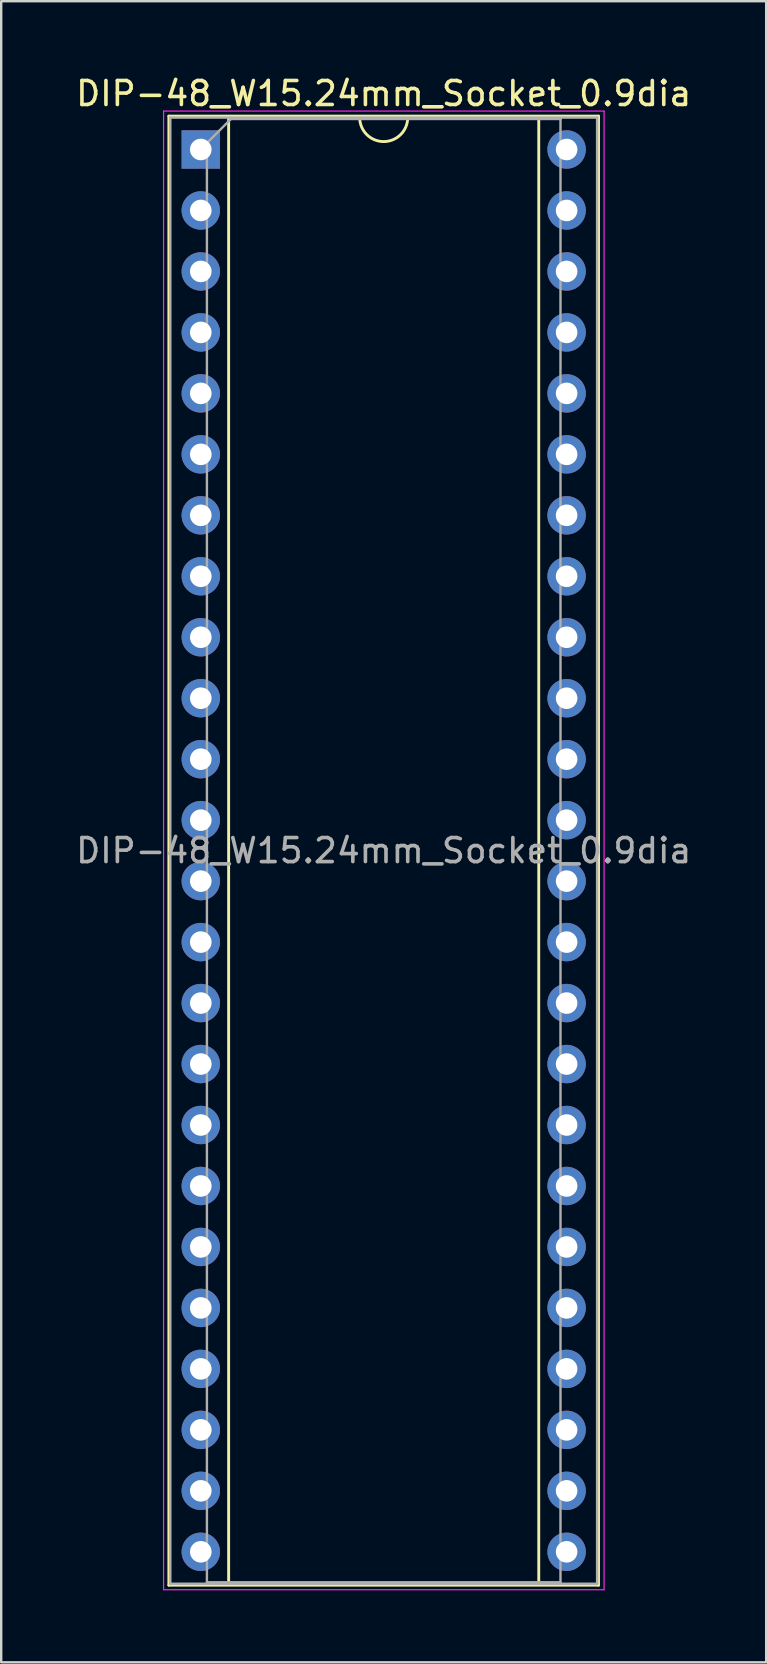
<source format=kicad_pcb>
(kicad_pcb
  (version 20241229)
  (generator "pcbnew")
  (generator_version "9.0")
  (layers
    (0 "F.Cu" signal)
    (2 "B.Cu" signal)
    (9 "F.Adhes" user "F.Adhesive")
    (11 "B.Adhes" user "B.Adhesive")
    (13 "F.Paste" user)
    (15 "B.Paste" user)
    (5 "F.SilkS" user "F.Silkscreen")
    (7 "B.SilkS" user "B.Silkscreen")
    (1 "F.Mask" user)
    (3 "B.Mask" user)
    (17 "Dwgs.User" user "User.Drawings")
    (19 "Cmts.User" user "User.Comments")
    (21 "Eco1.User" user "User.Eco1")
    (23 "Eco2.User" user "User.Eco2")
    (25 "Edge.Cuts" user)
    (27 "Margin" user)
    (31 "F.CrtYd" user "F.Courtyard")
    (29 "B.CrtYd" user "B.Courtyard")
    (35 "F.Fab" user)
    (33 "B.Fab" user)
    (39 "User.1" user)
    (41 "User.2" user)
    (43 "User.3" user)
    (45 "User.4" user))
  (footprint "DIP-48_W15.24mm_Socket_0.9dia"
    (layer "F.Cu")
    (at 5.315 3.178)
    (property "Reference" "DIP-48_W15.24mm_Socket_0.9dia" (at 7.62 -2.33 0) (layer "F.SilkS") (effects (font (size 1 1) (thickness 0.15))))
    (attr through_hole)
    (fp_line (start -1.33 -1.39) (end -1.33 59.81) (stroke (width 0.12) (type solid)) (layer "F.SilkS"))
    (fp_line (start -1.33 59.81) (end 16.57 59.81) (stroke (width 0.12) (type solid)) (layer "F.SilkS"))
    (fp_line (start 1.16 -1.33) (end 1.16 59.75) (stroke (width 0.12) (type solid)) (layer "F.SilkS"))
    (fp_line (start 1.16 59.75) (end 14.08 59.75) (stroke (width 0.12) (type solid)) (layer "F.SilkS"))
    (fp_line (start 6.62 -1.33) (end 1.16 -1.33) (stroke (width 0.12) (type solid)) (layer "F.SilkS"))
    (fp_line (start 14.08 -1.33) (end 8.62 -1.33) (stroke (width 0.12) (type solid)) (layer "F.SilkS"))
    (fp_line (start 14.08 59.75) (end 14.08 -1.33) (stroke (width 0.12) (type solid)) (layer "F.SilkS"))
    (fp_line (start 16.57 -1.39) (end -1.33 -1.39) (stroke (width 0.12) (type solid)) (layer "F.SilkS"))
    (fp_line (start 16.57 59.81) (end 16.57 -1.39) (stroke (width 0.12) (type solid)) (layer "F.SilkS"))
    (fp_arc (start 8.62 -1.33) (mid 7.62 -0.33) (end 6.62 -1.33) (stroke (width 0.12) (type solid)) (layer "F.SilkS"))
    (fp_line (start -1.55 -1.6) (end -1.55 60) (stroke (width 0.05) (type solid)) (layer "F.CrtYd"))
    (fp_line (start -1.55 60) (end 16.8 60) (stroke (width 0.05) (type solid)) (layer "F.CrtYd"))
    (fp_line (start 16.8 -1.6) (end -1.55 -1.6) (stroke (width 0.05) (type solid)) (layer "F.CrtYd"))
    (fp_line (start 16.8 60) (end 16.8 -1.6) (stroke (width 0.05) (type solid)) (layer "F.CrtYd"))
    (fp_line (start -1.27 -1.33) (end -1.27 59.75) (stroke (width 0.1) (type solid)) (layer "F.Fab"))
    (fp_line (start -1.27 59.75) (end 16.51 59.75) (stroke (width 0.1) (type solid)) (layer "F.Fab"))
    (fp_line (start 0.255 -0.27) (end 1.255 -1.27) (stroke (width 0.1) (type solid)) (layer "F.Fab"))
    (fp_line (start 0.255 59.69) (end 0.255 -0.27) (stroke (width 0.1) (type solid)) (layer "F.Fab"))
    (fp_line (start 1.255 -1.27) (end 14.985 -1.27) (stroke (width 0.1) (type solid)) (layer "F.Fab"))
    (fp_line (start 14.985 -1.27) (end 14.985 59.69) (stroke (width 0.1) (type solid)) (layer "F.Fab"))
    (fp_line (start 14.985 59.69) (end 0.255 59.69) (stroke (width 0.1) (type solid)) (layer "F.Fab"))
    (fp_line (start 16.51 -1.33) (end -1.27 -1.33) (stroke (width 0.1) (type solid)) (layer "F.Fab"))
    (fp_line (start 16.51 59.75) (end 16.51 -1.33) (stroke (width 0.1) (type solid)) (layer "F.Fab"))
    (fp_text user "${REFERENCE}" (at 7.62 29.21 0) (layer "F.Fab") (effects (font (size 1 1) (thickness 0.15))))
    (pad "1" thru_hole rect (at 0 0) (size 1.6 1.6) (drill 0.9) (layers "*.Cu" "*.Mask"))
    (pad "2" thru_hole oval (at 0 2.54) (size 1.6 1.6) (drill 0.9) (layers "*.Cu" "*.Mask"))
    (pad "3" thru_hole oval (at 0 5.08) (size 1.6 1.6) (drill 0.9) (layers "*.Cu" "*.Mask"))
    (pad "4" thru_hole oval (at 0 7.62) (size 1.6 1.6) (drill 0.9) (layers "*.Cu" "*.Mask"))
    (pad "5" thru_hole oval (at 0 10.16) (size 1.6 1.6) (drill 0.9) (layers "*.Cu" "*.Mask"))
    (pad "6" thru_hole oval (at 0 12.7) (size 1.6 1.6) (drill 0.9) (layers "*.Cu" "*.Mask"))
    (pad "7" thru_hole oval (at 0 15.24) (size 1.6 1.6) (drill 0.9) (layers "*.Cu" "*.Mask"))
    (pad "8" thru_hole oval (at 0 17.78) (size 1.6 1.6) (drill 0.9) (layers "*.Cu" "*.Mask"))
    (pad "9" thru_hole oval (at 0 20.32) (size 1.6 1.6) (drill 0.9) (layers "*.Cu" "*.Mask"))
    (pad "10" thru_hole oval (at 0 22.86) (size 1.6 1.6) (drill 0.9) (layers "*.Cu" "*.Mask"))
    (pad "11" thru_hole oval (at 0 25.4) (size 1.6 1.6) (drill 0.9) (layers "*.Cu" "*.Mask"))
    (pad "12" thru_hole oval (at 0 27.94) (size 1.6 1.6) (drill 0.9) (layers "*.Cu" "*.Mask"))
    (pad "13" thru_hole oval (at 0 30.48) (size 1.6 1.6) (drill 0.9) (layers "*.Cu" "*.Mask"))
    (pad "14" thru_hole oval (at 0 33.02) (size 1.6 1.6) (drill 0.9) (layers "*.Cu" "*.Mask"))
    (pad "15" thru_hole oval (at 0 35.56) (size 1.6 1.6) (drill 0.9) (layers "*.Cu" "*.Mask"))
    (pad "16" thru_hole oval (at 0 38.1) (size 1.6 1.6) (drill 0.9) (layers "*.Cu" "*.Mask"))
    (pad "17" thru_hole oval (at 0 40.64) (size 1.6 1.6) (drill 0.9) (layers "*.Cu" "*.Mask"))
    (pad "18" thru_hole oval (at 0 43.18) (size 1.6 1.6) (drill 0.9) (layers "*.Cu" "*.Mask"))
    (pad "19" thru_hole oval (at 0 45.72) (size 1.6 1.6) (drill 0.9) (layers "*.Cu" "*.Mask"))
    (pad "20" thru_hole oval (at 0 48.26) (size 1.6 1.6) (drill 0.9) (layers "*.Cu" "*.Mask"))
    (pad "21" thru_hole oval (at 0 50.8) (size 1.6 1.6) (drill 0.9) (layers "*.Cu" "*.Mask"))
    (pad "22" thru_hole oval (at 0 53.34) (size 1.6 1.6) (drill 0.9) (layers "*.Cu" "*.Mask"))
    (pad "23" thru_hole oval (at 0 55.88) (size 1.6 1.6) (drill 0.9) (layers "*.Cu" "*.Mask"))
    (pad "24" thru_hole oval (at 0 58.42) (size 1.6 1.6) (drill 0.9) (layers "*.Cu" "*.Mask"))
    (pad "25" thru_hole oval (at 15.24 58.42) (size 1.6 1.6) (drill 0.9) (layers "*.Cu" "*.Mask"))
    (pad "26" thru_hole oval (at 15.24 55.88) (size 1.6 1.6) (drill 0.9) (layers "*.Cu" "*.Mask"))
    (pad "27" thru_hole oval (at 15.24 53.34) (size 1.6 1.6) (drill 0.9) (layers "*.Cu" "*.Mask"))
    (pad "28" thru_hole oval (at 15.24 50.8) (size 1.6 1.6) (drill 0.9) (layers "*.Cu" "*.Mask"))
    (pad "29" thru_hole oval (at 15.24 48.26) (size 1.6 1.6) (drill 0.9) (layers "*.Cu" "*.Mask"))
    (pad "30" thru_hole oval (at 15.24 45.72) (size 1.6 1.6) (drill 0.9) (layers "*.Cu" "*.Mask"))
    (pad "31" thru_hole oval (at 15.24 43.18) (size 1.6 1.6) (drill 0.9) (layers "*.Cu" "*.Mask"))
    (pad "32" thru_hole oval (at 15.24 40.64) (size 1.6 1.6) (drill 0.9) (layers "*.Cu" "*.Mask"))
    (pad "33" thru_hole oval (at 15.24 38.1) (size 1.6 1.6) (drill 0.9) (layers "*.Cu" "*.Mask"))
    (pad "34" thru_hole oval (at 15.24 35.56) (size 1.6 1.6) (drill 0.9) (layers "*.Cu" "*.Mask"))
    (pad "35" thru_hole oval (at 15.24 33.02) (size 1.6 1.6) (drill 0.9) (layers "*.Cu" "*.Mask"))
    (pad "36" thru_hole oval (at 15.24 30.48) (size 1.6 1.6) (drill 0.9) (layers "*.Cu" "*.Mask"))
    (pad "37" thru_hole oval (at 15.24 27.94) (size 1.6 1.6) (drill 0.9) (layers "*.Cu" "*.Mask"))
    (pad "38" thru_hole oval (at 15.24 25.4) (size 1.6 1.6) (drill 0.9) (layers "*.Cu" "*.Mask"))
    (pad "39" thru_hole oval (at 15.24 22.86) (size 1.6 1.6) (drill 0.9) (layers "*.Cu" "*.Mask"))
    (pad "40" thru_hole oval (at 15.24 20.32) (size 1.6 1.6) (drill 0.9) (layers "*.Cu" "*.Mask"))
    (pad "41" thru_hole oval (at 15.24 17.78) (size 1.6 1.6) (drill 0.9) (layers "*.Cu" "*.Mask"))
    (pad "42" thru_hole oval (at 15.24 15.24) (size 1.6 1.6) (drill 0.9) (layers "*.Cu" "*.Mask"))
    (pad "43" thru_hole oval (at 15.24 12.7) (size 1.6 1.6) (drill 0.9) (layers "*.Cu" "*.Mask"))
    (pad "44" thru_hole oval (at 15.24 10.16) (size 1.6 1.6) (drill 0.9) (layers "*.Cu" "*.Mask"))
    (pad "45" thru_hole oval (at 15.24 7.62) (size 1.6 1.6) (drill 0.9) (layers "*.Cu" "*.Mask"))
    (pad "46" thru_hole oval (at 15.24 5.08) (size 1.6 1.6) (drill 0.9) (layers "*.Cu" "*.Mask"))
    (pad "47" thru_hole oval (at 15.24 2.54) (size 1.6 1.6) (drill 0.9) (layers "*.Cu" "*.Mask"))
    (pad "48" thru_hole oval (at 15.24 0) (size 1.6 1.6) (drill 0.9) (layers "*.Cu" "*.Mask")))
  (gr_rect
    (start -3 -3)
    (end 28.869 66.203)
    (stroke (width 0.1) (type default))
    (fill no)
    (layer "Edge.Cuts")))
</source>
